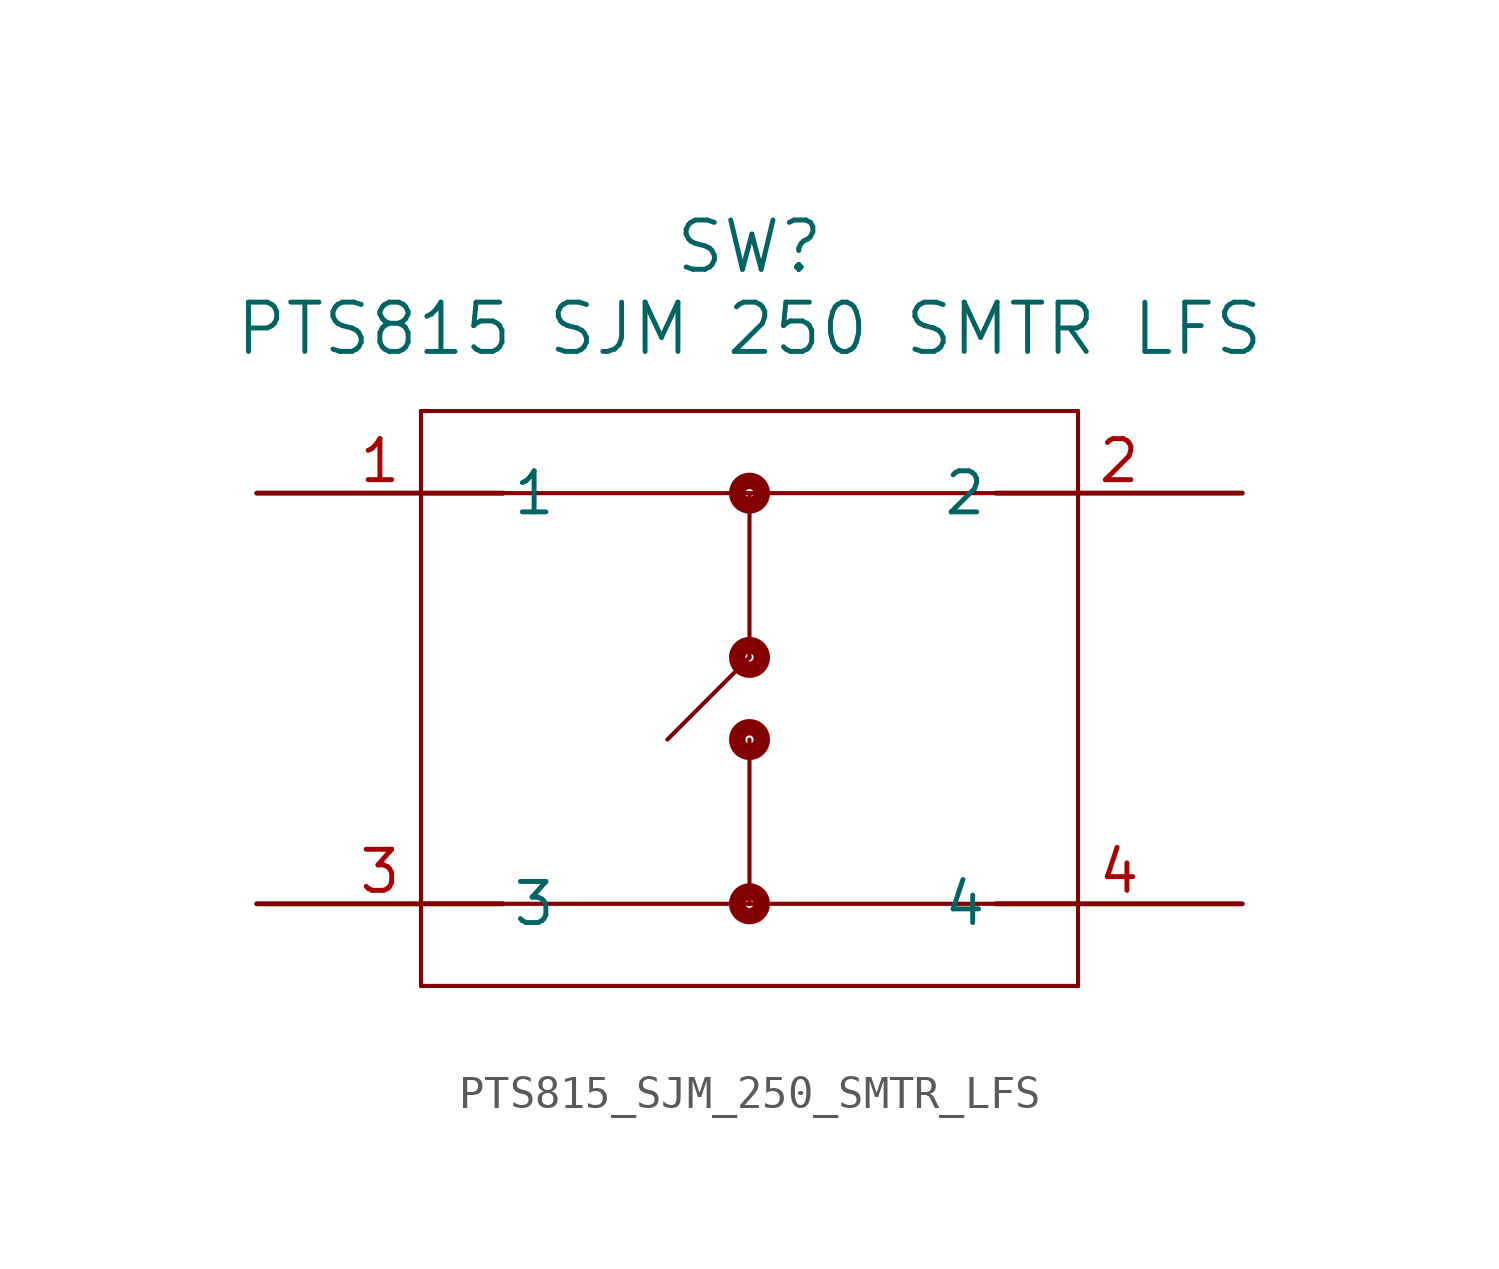
<source format=kicad_sym>
(kicad_symbol_lib
  (version 20231120)
  (generator "kicad_symbol_editor")
  (generator_version "8.0")
  (symbol "PTS815_SJM_250_SMTR_LFS"
    (pin_names
      (offset 0.254))
    (property "Reference" "SW"
      (at 40.64 7.62 0)
      (effects (font (size 1.524 1.524))))
    (property "Value" "PTS815 SJM 250 SMTR LFS"
      (at 40.64 5.08 0)
      (effects (font (size 1.524 1.524))))
    (property "ki_locked" ""
      (at 0 0 0)
      (effects (font (size 1.27 1.27))))
    (symbol "PTS815_SJM_250_SMTR_LFS_0_1"
      (polyline (pts (xy 30.48 -15.24) (xy 50.8 -15.24)) (stroke (width 0.127) (type default)) (fill (type none)))
      (polyline (pts (xy 30.48 0) (xy 50.8 0)) (stroke (width 0.127) (type default)) (fill (type none)))
      (polyline (pts (xy 30.48 2.54) (xy 30.48 -15.24)) (stroke (width 0.127) (type default)) (fill (type none)))
      (polyline (pts (xy 38.1 -7.62) (xy 40.64 -5.08)) (stroke (width 0.127) (type default)) (fill (type none)))
      (polyline (pts (xy 40.64 -7.62) (xy 40.64 -12.7)) (stroke (width 0.127) (type default)) (fill (type none)))
      (polyline (pts (xy 40.64 -5.08) (xy 40.64 0)) (stroke (width 0.127) (type default)) (fill (type none)))
      (polyline (pts (xy 50.8 -15.24) (xy 50.8 2.54)) (stroke (width 0.127) (type default)) (fill (type none)))
      (polyline (pts (xy 50.8 -12.7) (xy 30.48 -12.7)) (stroke (width 0.127) (type default)) (fill (type none)))
      (polyline (pts (xy 50.8 2.54) (xy 30.48 2.54)) (stroke (width 0.127) (type default)) (fill (type none)))
      (circle (center 40.64 -12.7) (radius 0.127) (stroke (width 0.508) (type default)) (fill (type none)))
      (circle (center 40.64 -7.62) (radius 0.127) (stroke (width 0.508) (type default)) (fill (type none)))
      (circle (center 40.64 -5.08) (radius 0.127) (stroke (width 0.508) (type default)) (fill (type none)))
      (circle (center 40.64 0) (radius 0.127) (stroke (width 0.508) (type default)) (fill (type none)))
      (pin unspecified line (at 25.4 0 0) (length 7.62) (name "1" (effects (font (size 1.27 1.27)))) (number "1" (effects (font (size 1.27 1.27)))))
      (pin unspecified line (at 55.88 0 180) (length 7.62) (name "2" (effects (font (size 1.27 1.27)))) (number "2" (effects (font (size 1.27 1.27)))))
      (pin unspecified line (at 25.4 -12.7 0) (length 7.62) (name "3" (effects (font (size 1.27 1.27)))) (number "3" (effects (font (size 1.27 1.27)))))
      (pin unspecified line (at 55.88 -12.7 180) (length 7.62) (name "4" (effects (font (size 1.27 1.27)))) (number "4" (effects (font (size 1.27 1.27))))))))
</source>
